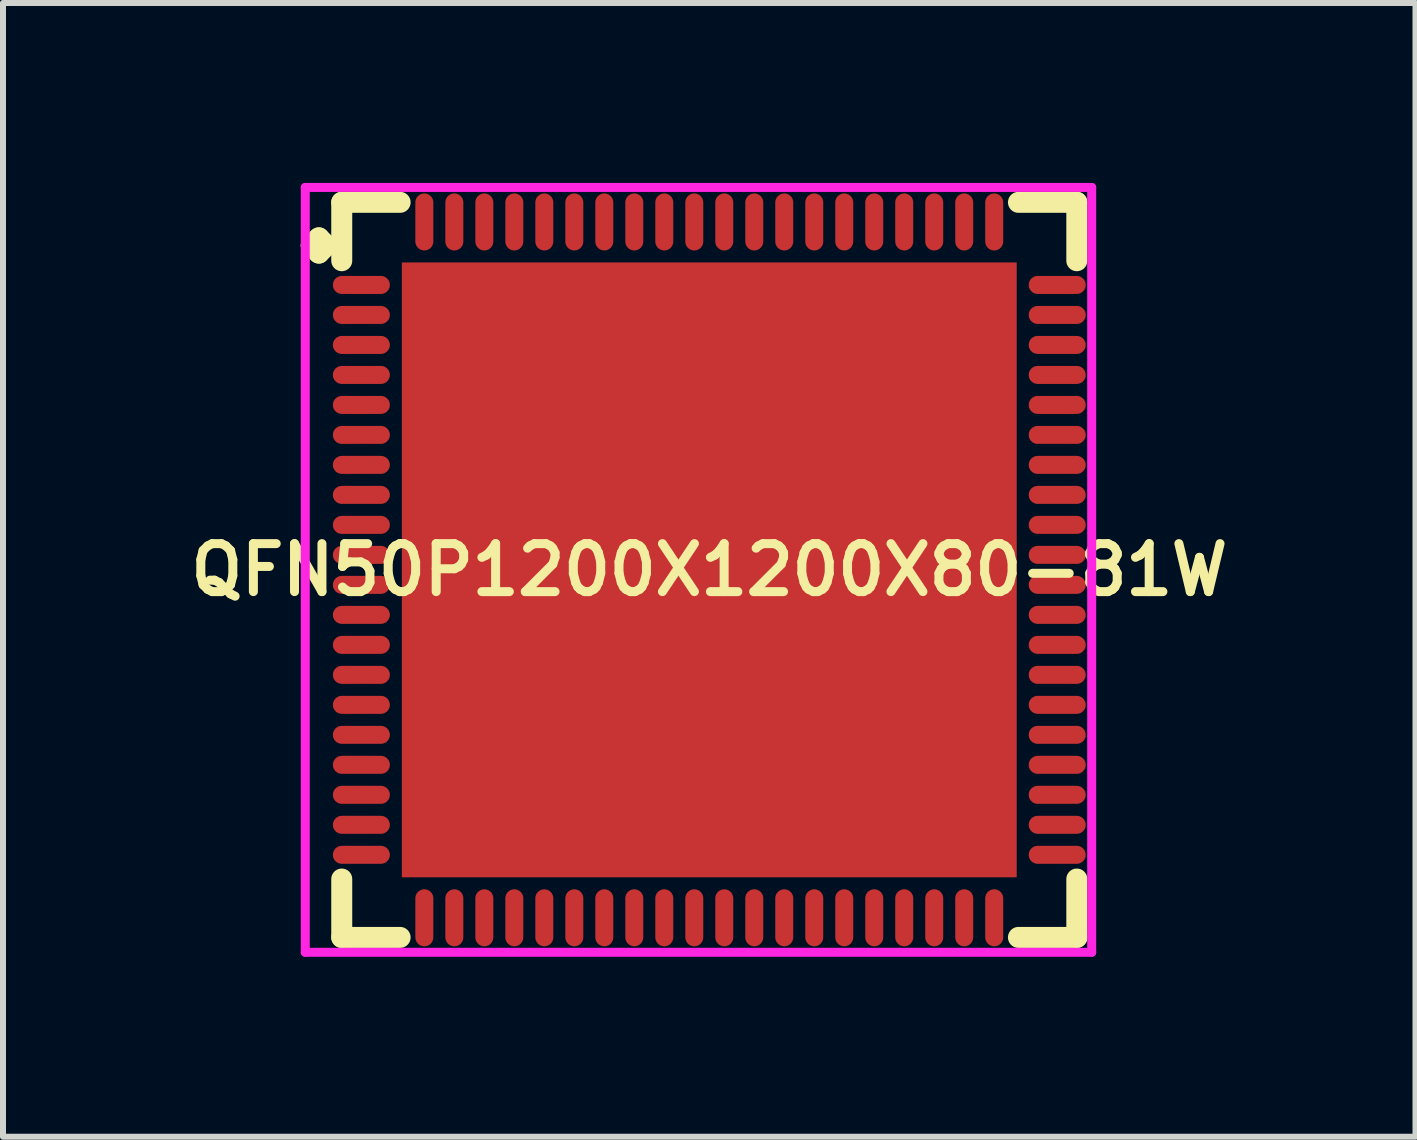
<source format=kicad_pcb>
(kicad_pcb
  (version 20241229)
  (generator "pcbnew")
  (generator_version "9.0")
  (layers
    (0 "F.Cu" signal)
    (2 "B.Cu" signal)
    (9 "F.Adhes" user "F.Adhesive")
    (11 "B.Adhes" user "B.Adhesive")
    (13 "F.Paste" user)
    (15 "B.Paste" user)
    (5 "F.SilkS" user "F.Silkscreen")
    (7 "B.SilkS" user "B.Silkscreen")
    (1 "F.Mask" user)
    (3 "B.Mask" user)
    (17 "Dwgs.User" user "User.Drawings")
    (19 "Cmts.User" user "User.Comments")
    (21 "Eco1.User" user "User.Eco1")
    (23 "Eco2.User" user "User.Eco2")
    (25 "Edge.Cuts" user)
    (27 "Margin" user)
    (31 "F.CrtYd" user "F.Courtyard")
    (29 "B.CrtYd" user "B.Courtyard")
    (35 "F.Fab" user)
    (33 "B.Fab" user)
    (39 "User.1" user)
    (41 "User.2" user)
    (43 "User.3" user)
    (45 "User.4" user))
  (footprint "QFN50P1200X1200X80-81W"
    (layer "F.Cu")
    (at 8.774 6.45)
    (property "Reference" "QFN50P1200X1200X80-81W" (at 0 0 0) (layer "F.SilkS") (effects (font (size 0.8 0.8) (thickness 0.15))))
    (attr smd)
    (fp_line (start -6.635 -5.408) (end -6.508 -5.535) (stroke (width 0.35) (type solid)) (layer "F.SilkS"))
    (fp_line (start -6.508 -5.535) (end -6.381 -5.408) (stroke (width 0.35) (type solid)) (layer "F.SilkS"))
    (fp_line (start -6.508 -5.281) (end -6.635 -5.408) (stroke (width 0.35) (type solid)) (layer "F.SilkS"))
    (fp_line (start -6.381 -5.408) (end -6.508 -5.281) (stroke (width 0.35) (type solid)) (layer "F.SilkS"))
    (fp_line (start -6.127 -6.127) (end -5.154 -6.127) (stroke (width 0.35) (type solid)) (layer "F.SilkS"))
    (fp_line (start -6.127 -5.154) (end -6.127 -6.127) (stroke (width 0.35) (type solid)) (layer "F.SilkS"))
    (fp_line (start -6.127 5.154) (end -6.127 6.127) (stroke (width 0.35) (type solid)) (layer "F.SilkS"))
    (fp_line (start -6.127 6.127) (end -5.154 6.127) (stroke (width 0.35) (type solid)) (layer "F.SilkS"))
    (fp_line (start 5.154 -6.127) (end 6.127 -6.127) (stroke (width 0.35) (type solid)) (layer "F.SilkS"))
    (fp_line (start 5.154 6.127) (end 6.127 6.127) (stroke (width 0.35) (type solid)) (layer "F.SilkS"))
    (fp_line (start 6.127 -6.127) (end 6.127 -5.154) (stroke (width 0.35) (type solid)) (layer "F.SilkS"))
    (fp_line (start 6.127 6.127) (end 6.127 5.154) (stroke (width 0.35) (type solid)) (layer "F.SilkS"))
    (fp_line (start -6.735 -6.375) (end 6.375 -6.375) (stroke (width 0.15) (type solid)) (layer "F.CrtYd"))
    (fp_line (start -6.735 6.375) (end -6.735 -6.375) (stroke (width 0.15) (type solid)) (layer "F.CrtYd"))
    (fp_line (start 6.375 -6.375) (end 6.375 6.375) (stroke (width 0.15) (type solid)) (layer "F.CrtYd"))
    (fp_line (start 6.375 6.375) (end -6.735 6.375) (stroke (width 0.15) (type solid)) (layer "F.CrtYd"))
    (pad "1" smd oval (at -5.8 -4.75) (size 0.95 0.3) (layers "F.Cu" "F.Mask" "F.Paste"))
    (pad "2" smd oval (at -5.8 -4.25) (size 0.95 0.3) (layers "F.Cu" "F.Mask" "F.Paste"))
    (pad "3" smd oval (at -5.8 -3.75) (size 0.95 0.3) (layers "F.Cu" "F.Mask" "F.Paste"))
    (pad "4" smd oval (at -5.8 -3.25) (size 0.95 0.3) (layers "F.Cu" "F.Mask" "F.Paste"))
    (pad "5" smd oval (at -5.8 -2.75) (size 0.95 0.3) (layers "F.Cu" "F.Mask" "F.Paste"))
    (pad "6" smd oval (at -5.8 -2.25) (size 0.95 0.3) (layers "F.Cu" "F.Mask" "F.Paste"))
    (pad "7" smd oval (at -5.8 -1.75) (size 0.95 0.3) (layers "F.Cu" "F.Mask" "F.Paste"))
    (pad "8" smd oval (at -5.8 -1.25) (size 0.95 0.3) (layers "F.Cu" "F.Mask" "F.Paste"))
    (pad "9" smd oval (at -5.8 -0.75) (size 0.95 0.3) (layers "F.Cu" "F.Mask" "F.Paste"))
    (pad "10" smd oval (at -5.8 -0.25) (size 0.95 0.3) (layers "F.Cu" "F.Mask" "F.Paste"))
    (pad "11" smd oval (at -5.8 0.25) (size 0.95 0.3) (layers "F.Cu" "F.Mask" "F.Paste"))
    (pad "12" smd oval (at -5.8 0.75) (size 0.95 0.3) (layers "F.Cu" "F.Mask" "F.Paste"))
    (pad "13" smd oval (at -5.8 1.25) (size 0.95 0.3) (layers "F.Cu" "F.Mask" "F.Paste"))
    (pad "14" smd oval (at -5.8 1.75) (size 0.95 0.3) (layers "F.Cu" "F.Mask" "F.Paste"))
    (pad "15" smd oval (at -5.8 2.25) (size 0.95 0.3) (layers "F.Cu" "F.Mask" "F.Paste"))
    (pad "16" smd oval (at -5.8 2.75) (size 0.95 0.3) (layers "F.Cu" "F.Mask" "F.Paste"))
    (pad "17" smd oval (at -5.8 3.25) (size 0.95 0.3) (layers "F.Cu" "F.Mask" "F.Paste"))
    (pad "18" smd oval (at -5.8 3.75) (size 0.95 0.3) (layers "F.Cu" "F.Mask" "F.Paste"))
    (pad "19" smd oval (at -5.8 4.25) (size 0.95 0.3) (layers "F.Cu" "F.Mask" "F.Paste"))
    (pad "20" smd oval (at -5.8 4.75) (size 0.95 0.3) (layers "F.Cu" "F.Mask" "F.Paste"))
    (pad "21" smd oval (at -4.75 5.8) (size 0.3 0.95) (layers "F.Cu" "F.Mask" "F.Paste"))
    (pad "22" smd oval (at -4.25 5.8) (size 0.3 0.95) (layers "F.Cu" "F.Mask" "F.Paste"))
    (pad "23" smd oval (at -3.75 5.8) (size 0.3 0.95) (layers "F.Cu" "F.Mask" "F.Paste"))
    (pad "24" smd oval (at -3.25 5.8) (size 0.3 0.95) (layers "F.Cu" "F.Mask" "F.Paste"))
    (pad "25" smd oval (at -2.75 5.8) (size 0.3 0.95) (layers "F.Cu" "F.Mask" "F.Paste"))
    (pad "26" smd oval (at -2.25 5.8) (size 0.3 0.95) (layers "F.Cu" "F.Mask" "F.Paste"))
    (pad "27" smd oval (at -1.75 5.8) (size 0.3 0.95) (layers "F.Cu" "F.Mask" "F.Paste"))
    (pad "28" smd oval (at -1.25 5.8) (size 0.3 0.95) (layers "F.Cu" "F.Mask" "F.Paste"))
    (pad "29" smd oval (at -0.75 5.8) (size 0.3 0.95) (layers "F.Cu" "F.Mask" "F.Paste"))
    (pad "30" smd oval (at -0.25 5.8) (size 0.3 0.95) (layers "F.Cu" "F.Mask" "F.Paste"))
    (pad "31" smd oval (at 0.25 5.8) (size 0.3 0.95) (layers "F.Cu" "F.Mask" "F.Paste"))
    (pad "32" smd oval (at 0.75 5.8) (size 0.3 0.95) (layers "F.Cu" "F.Mask" "F.Paste"))
    (pad "33" smd oval (at 1.25 5.8) (size 0.3 0.95) (layers "F.Cu" "F.Mask" "F.Paste"))
    (pad "34" smd oval (at 1.75 5.8) (size 0.3 0.95) (layers "F.Cu" "F.Mask" "F.Paste"))
    (pad "35" smd oval (at 2.25 5.8) (size 0.3 0.95) (layers "F.Cu" "F.Mask" "F.Paste"))
    (pad "36" smd oval (at 2.75 5.8) (size 0.3 0.95) (layers "F.Cu" "F.Mask" "F.Paste"))
    (pad "37" smd oval (at 3.25 5.8) (size 0.3 0.95) (layers "F.Cu" "F.Mask" "F.Paste"))
    (pad "38" smd oval (at 3.75 5.8) (size 0.3 0.95) (layers "F.Cu" "F.Mask" "F.Paste"))
    (pad "39" smd oval (at 4.25 5.8) (size 0.3 0.95) (layers "F.Cu" "F.Mask" "F.Paste"))
    (pad "40" smd oval (at 4.75 5.8) (size 0.3 0.95) (layers "F.Cu" "F.Mask" "F.Paste"))
    (pad "41" smd oval (at 5.8 4.75) (size 0.95 0.3) (layers "F.Cu" "F.Mask" "F.Paste"))
    (pad "42" smd oval (at 5.8 4.25) (size 0.95 0.3) (layers "F.Cu" "F.Mask" "F.Paste"))
    (pad "43" smd oval (at 5.8 3.75) (size 0.95 0.3) (layers "F.Cu" "F.Mask" "F.Paste"))
    (pad "44" smd oval (at 5.8 3.25) (size 0.95 0.3) (layers "F.Cu" "F.Mask" "F.Paste"))
    (pad "45" smd oval (at 5.8 2.75) (size 0.95 0.3) (layers "F.Cu" "F.Mask" "F.Paste"))
    (pad "46" smd oval (at 5.8 2.25) (size 0.95 0.3) (layers "F.Cu" "F.Mask" "F.Paste"))
    (pad "47" smd oval (at 5.8 1.75) (size 0.95 0.3) (layers "F.Cu" "F.Mask" "F.Paste"))
    (pad "48" smd oval (at 5.8 1.25) (size 0.95 0.3) (layers "F.Cu" "F.Mask" "F.Paste"))
    (pad "49" smd oval (at 5.8 0.75) (size 0.95 0.3) (layers "F.Cu" "F.Mask" "F.Paste"))
    (pad "50" smd oval (at 5.8 0.25) (size 0.95 0.3) (layers "F.Cu" "F.Mask" "F.Paste"))
    (pad "51" smd oval (at 5.8 -0.25) (size 0.95 0.3) (layers "F.Cu" "F.Mask" "F.Paste"))
    (pad "52" smd oval (at 5.8 -0.75) (size 0.95 0.3) (layers "F.Cu" "F.Mask" "F.Paste"))
    (pad "53" smd oval (at 5.8 -1.25) (size 0.95 0.3) (layers "F.Cu" "F.Mask" "F.Paste"))
    (pad "54" smd oval (at 5.8 -1.75) (size 0.95 0.3) (layers "F.Cu" "F.Mask" "F.Paste"))
    (pad "55" smd oval (at 5.8 -2.25) (size 0.95 0.3) (layers "F.Cu" "F.Mask" "F.Paste"))
    (pad "56" smd oval (at 5.8 -2.75) (size 0.95 0.3) (layers "F.Cu" "F.Mask" "F.Paste"))
    (pad "57" smd oval (at 5.8 -3.25) (size 0.95 0.3) (layers "F.Cu" "F.Mask" "F.Paste"))
    (pad "58" smd oval (at 5.8 -3.75) (size 0.95 0.3) (layers "F.Cu" "F.Mask" "F.Paste"))
    (pad "59" smd oval (at 5.8 -4.25) (size 0.95 0.3) (layers "F.Cu" "F.Mask" "F.Paste"))
    (pad "60" smd oval (at 5.8 -4.75) (size 0.95 0.3) (layers "F.Cu" "F.Mask" "F.Paste"))
    (pad "61" smd oval (at 4.75 -5.8) (size 0.3 0.95) (layers "F.Cu" "F.Mask" "F.Paste"))
    (pad "62" smd oval (at 4.25 -5.8) (size 0.3 0.95) (layers "F.Cu" "F.Mask" "F.Paste"))
    (pad "63" smd oval (at 3.75 -5.8) (size 0.3 0.95) (layers "F.Cu" "F.Mask" "F.Paste"))
    (pad "64" smd oval (at 3.25 -5.8) (size 0.3 0.95) (layers "F.Cu" "F.Mask" "F.Paste"))
    (pad "65" smd oval (at 2.75 -5.8) (size 0.3 0.95) (layers "F.Cu" "F.Mask" "F.Paste"))
    (pad "66" smd oval (at 2.25 -5.8) (size 0.3 0.95) (layers "F.Cu" "F.Mask" "F.Paste"))
    (pad "67" smd oval (at 1.75 -5.8) (size 0.3 0.95) (layers "F.Cu" "F.Mask" "F.Paste"))
    (pad "68" smd oval (at 1.25 -5.8) (size 0.3 0.95) (layers "F.Cu" "F.Mask" "F.Paste"))
    (pad "69" smd oval (at 0.75 -5.8) (size 0.3 0.95) (layers "F.Cu" "F.Mask" "F.Paste"))
    (pad "70" smd oval (at 0.25 -5.8) (size 0.3 0.95) (layers "F.Cu" "F.Mask" "F.Paste"))
    (pad "71" smd oval (at -0.25 -5.8) (size 0.3 0.95) (layers "F.Cu" "F.Mask" "F.Paste"))
    (pad "72" smd oval (at -0.75 -5.8) (size 0.3 0.95) (layers "F.Cu" "F.Mask" "F.Paste"))
    (pad "73" smd oval (at -1.25 -5.8) (size 0.3 0.95) (layers "F.Cu" "F.Mask" "F.Paste"))
    (pad "74" smd oval (at -1.75 -5.8) (size 0.3 0.95) (layers "F.Cu" "F.Mask" "F.Paste"))
    (pad "75" smd oval (at -2.25 -5.8) (size 0.3 0.95) (layers "F.Cu" "F.Mask" "F.Paste"))
    (pad "76" smd oval (at -2.75 -5.8) (size 0.3 0.95) (layers "F.Cu" "F.Mask" "F.Paste"))
    (pad "77" smd oval (at -3.25 -5.8) (size 0.3 0.95) (layers "F.Cu" "F.Mask" "F.Paste"))
    (pad "78" smd oval (at -3.75 -5.8) (size 0.3 0.95) (layers "F.Cu" "F.Mask" "F.Paste"))
    (pad "79" smd oval (at -4.25 -5.8) (size 0.3 0.95) (layers "F.Cu" "F.Mask" "F.Paste"))
    (pad "80" smd oval (at -4.75 -5.8) (size 0.3 0.95) (layers "F.Cu" "F.Mask" "F.Paste"))
    (pad "81" smd rect (at 0 0) (size 10.25 10.25) (layers "F.Cu" "F.Mask" "F.Paste")))
  (gr_rect
    (start -3 -3)
    (end 20.547 15.9)
    (stroke (width 0.1) (type default))
    (fill no)
    (layer "Edge.Cuts")))
</source>
